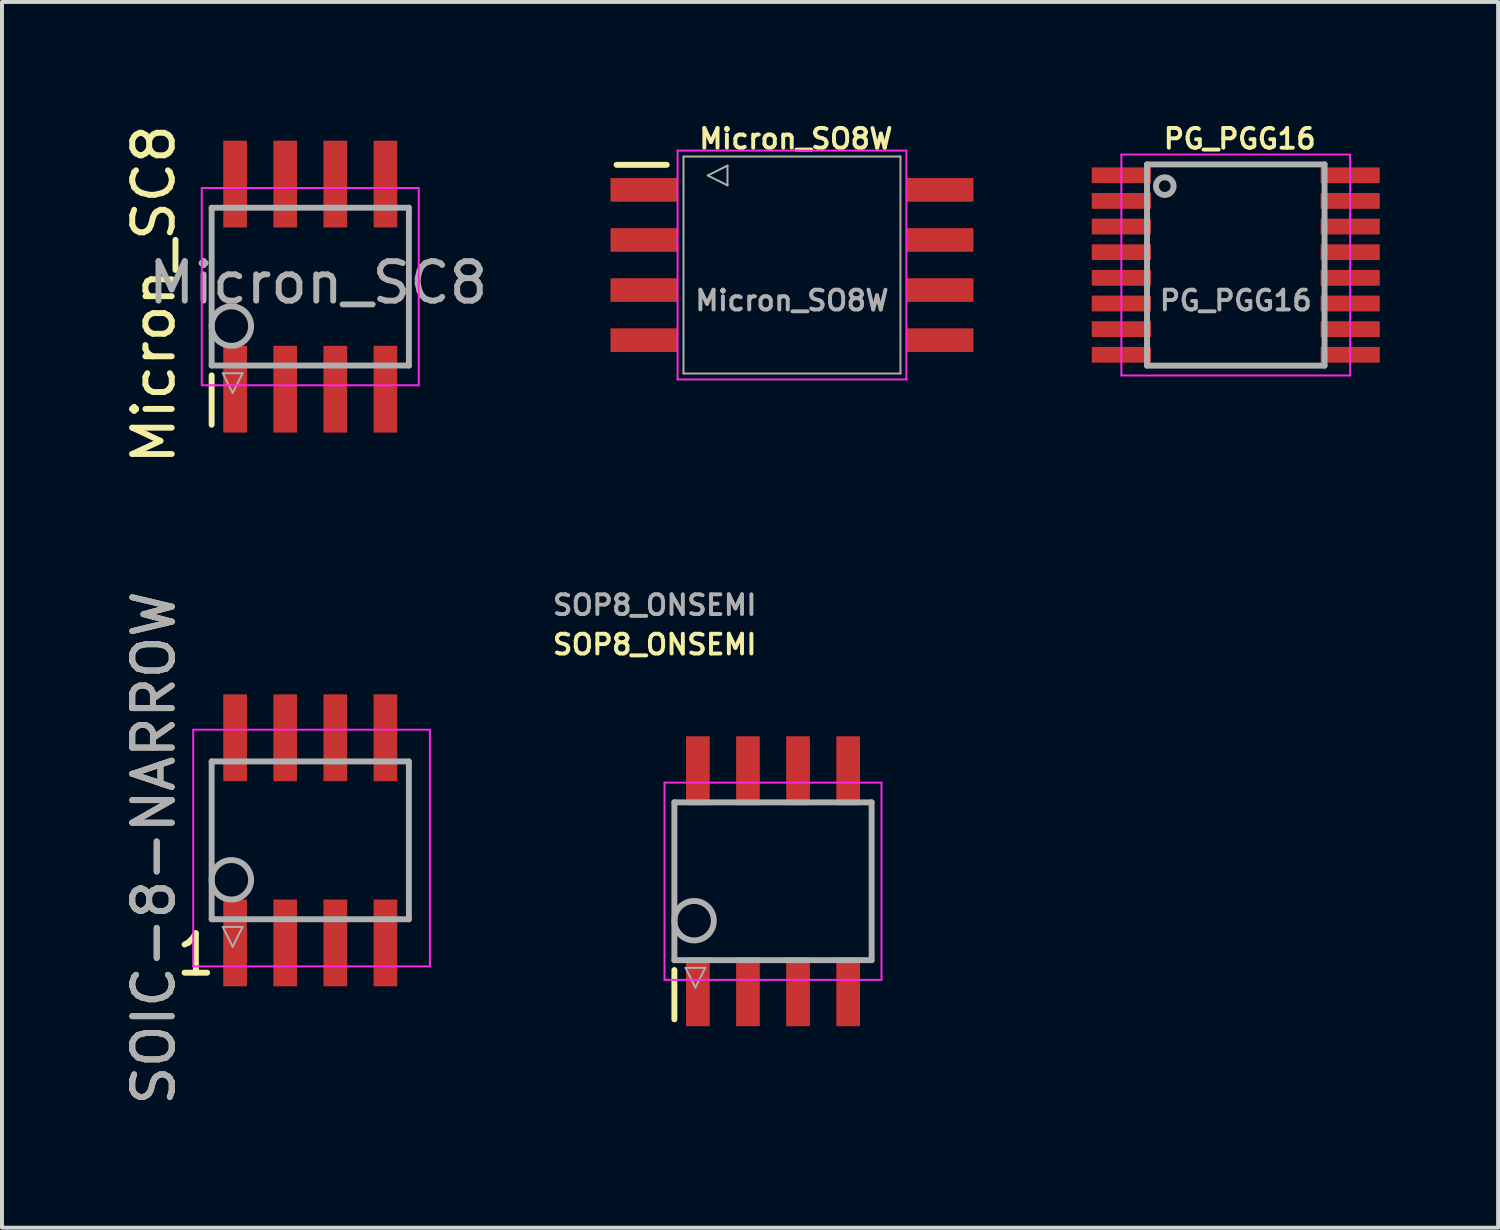
<source format=kicad_pcb>
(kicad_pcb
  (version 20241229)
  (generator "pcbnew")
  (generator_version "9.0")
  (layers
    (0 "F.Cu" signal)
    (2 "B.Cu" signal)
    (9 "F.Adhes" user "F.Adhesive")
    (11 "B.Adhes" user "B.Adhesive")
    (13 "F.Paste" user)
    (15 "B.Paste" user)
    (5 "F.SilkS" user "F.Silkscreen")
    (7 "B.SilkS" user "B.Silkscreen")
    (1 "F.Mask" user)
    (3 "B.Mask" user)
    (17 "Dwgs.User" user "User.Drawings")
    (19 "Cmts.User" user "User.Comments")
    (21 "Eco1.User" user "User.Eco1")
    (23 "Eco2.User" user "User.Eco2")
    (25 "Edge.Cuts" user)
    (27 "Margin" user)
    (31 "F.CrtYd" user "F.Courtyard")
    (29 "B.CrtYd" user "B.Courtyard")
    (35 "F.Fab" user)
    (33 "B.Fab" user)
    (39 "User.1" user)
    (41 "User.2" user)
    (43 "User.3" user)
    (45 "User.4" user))
  (footprint "PG_PGG16"
    (layer "F.Cu")
    (at 28.276 3.668)
    (property "Reference" "PG_PGG16" (at 0.1 -3.2 0) (layer "F.SilkS") (effects (font (size 0.5 0.5) (thickness 0.1))))
    (attr smd)
    (fp_line (start -2.9 -2.8) (end -2.9 2.8) (stroke (width 0.05) (type solid)) (layer "F.CrtYd"))
    (fp_line (start -2.9 -2.8) (end 2.9 -2.8) (stroke (width 0.05) (type solid)) (layer "F.CrtYd"))
    (fp_line (start -2.9 2.8) (end 2.9 2.8) (stroke (width 0.05) (type solid)) (layer "F.CrtYd"))
    (fp_line (start 2.9 -2.8) (end 2.9 2.8) (stroke (width 0.05) (type solid)) (layer "F.CrtYd"))
    (fp_line (start -2.25 -2.55) (end -2.25 2.55) (stroke (width 0.15) (type solid)) (layer "F.Fab"))
    (fp_line (start -2.25 2.55) (end 2.25 2.55) (stroke (width 0.15) (type solid)) (layer "F.Fab"))
    (fp_line (start 2.25 -2.55) (end -2.25 -2.55) (stroke (width 0.15) (type solid)) (layer "F.Fab"))
    (fp_line (start 2.25 2.55) (end 2.25 -2.55) (stroke (width 0.15) (type solid)) (layer "F.Fab"))
    (fp_circle (center -1.8 -2) (end -1.6 -1.9) (stroke (width 0.15) (type solid)) (fill no) (layer "F.Fab"))
    (fp_text user "${REFERENCE}" (at 0 0.9 0) (layer "F.Fab") (effects (font (size 0.5 0.5) (thickness 0.1))))
    (pad "1" smd rect (at -2.9 -2.275) (size 1.5 0.4) (layers "F.Cu" "F.Mask" "F.Paste"))
    (pad "2" smd rect (at -2.9 -1.625) (size 1.5 0.4) (layers "F.Cu" "F.Mask" "F.Paste"))
    (pad "3" smd rect (at -2.9 -0.975) (size 1.5 0.4) (layers "F.Cu" "F.Mask" "F.Paste"))
    (pad "4" smd rect (at -2.9 -0.325) (size 1.5 0.4) (layers "F.Cu" "F.Mask" "F.Paste"))
    (pad "5" smd rect (at -2.9 0.325) (size 1.5 0.4) (layers "F.Cu" "F.Mask" "F.Paste"))
    (pad "6" smd rect (at -2.9 0.975) (size 1.5 0.4) (layers "F.Cu" "F.Mask" "F.Paste"))
    (pad "7" smd rect (at -2.9 1.625) (size 1.5 0.4) (layers "F.Cu" "F.Mask" "F.Paste"))
    (pad "8" smd rect (at -2.9 2.275) (size 1.5 0.4) (layers "F.Cu" "F.Mask" "F.Paste"))
    (pad "9" smd rect (at 2.9 2.275) (size 1.5 0.4) (layers "F.Cu" "F.Mask" "F.Paste"))
    (pad "10" smd rect (at 2.9 1.625) (size 1.5 0.4) (layers "F.Cu" "F.Mask" "F.Paste"))
    (pad "11" smd rect (at 2.9 0.975) (size 1.5 0.4) (layers "F.Cu" "F.Mask" "F.Paste"))
    (pad "12" smd rect (at 2.9 0.325) (size 1.5 0.4) (layers "F.Cu" "F.Mask" "F.Paste"))
    (pad "13" smd rect (at 2.9 -0.325) (size 1.5 0.4) (layers "F.Cu" "F.Mask" "F.Paste"))
    (pad "14" smd rect (at 2.9 -0.975) (size 1.5 0.4) (layers "F.Cu" "F.Mask" "F.Paste"))
    (pad "15" smd rect (at 2.9 -1.625) (size 1.5 0.4) (layers "F.Cu" "F.Mask" "F.Paste"))
    (pad "16" smd rect (at 2.9 -2.275) (size 1.5 0.4) (layers "F.Cu" "F.Mask" "F.Paste")))
  (footprint "SOIC−8-NARROW"
    (layer "F.Cu")
    (at 4.815 18.252)
    (property "Reference" "SOIC−8-NARROW" (at -3.967 0.195 90) (layer "F.SilkS") (effects (font (size 1 1) (thickness 0.15))))
    (attr smd)
    (fp_line (start -2.967 -2.805) (end 3.033 -2.805) (stroke (width 0.05) (type solid)) (layer "F.CrtYd"))
    (fp_line (start -2.967 3.195) (end -2.967 -2.805) (stroke (width 0.05) (type solid)) (layer "F.CrtYd"))
    (fp_line (start -2.967 3.195) (end 3.033 3.195) (stroke (width 0.05) (type solid)) (layer "F.CrtYd"))
    (fp_line (start 3.033 3.195) (end 3.033 -2.805) (stroke (width 0.05) (type solid)) (layer "F.CrtYd"))
    (fp_line (start -2.5 -2) (end -2.5 2) (stroke (width 0.15) (type solid)) (layer "F.Fab"))
    (fp_line (start -2.5 2) (end 2.5 2) (stroke (width 0.15) (type solid)) (layer "F.Fab"))
    (fp_line (start -2.217 2.195) (end -1.717 2.195) (stroke (width 0.05) (type solid)) (layer "F.Fab"))
    (fp_line (start -1.967 2.695) (end -2.217 2.195) (stroke (width 0.05) (type solid)) (layer "F.Fab"))
    (fp_line (start -1.717 2.195) (end -1.967 2.695) (stroke (width 0.05) (type solid)) (layer "F.Fab"))
    (fp_line (start 2.5 -2) (end -2.5 -2) (stroke (width 0.15) (type solid)) (layer "F.Fab"))
    (fp_line (start 2.5 2) (end 2.5 -2) (stroke (width 0.15) (type solid)) (layer "F.Fab"))
    (fp_circle (center -2 1) (end -1.5 1) (stroke (width 0.15) (type solid)) (fill no) (layer "F.Fab"))
    (fp_text user "1" (at -2.9 2.9 0) (layer "F.SilkS") (effects (font (size 1 1) (thickness 0.15))))
    (fp_text user "${REFERENCE}" (at -3.967 0.195 90) (layer "F.Fab") (effects (font (size 1 1) (thickness 0.15))))
    (pad "1" smd rect (at -1.905 2.6) (size 0.6 2.2) (layers "F.Cu" "F.Mask" "F.Paste"))
    (pad "2" smd rect (at -0.635 2.6) (size 0.6 2.2) (layers "F.Cu" "F.Mask" "F.Paste"))
    (pad "3" smd rect (at 0.635 2.6) (size 0.6 2.2) (layers "F.Cu" "F.Mask" "F.Paste"))
    (pad "4" smd rect (at 1.905 2.6) (size 0.6 2.2) (layers "F.Cu" "F.Mask" "F.Paste"))
    (pad "5" smd rect (at 1.905 -2.6) (size 0.6 2.2) (layers "F.Cu" "F.Mask" "F.Paste"))
    (pad "6" smd rect (at 0.635 -2.6) (size 0.6 2.2) (layers "F.Cu" "F.Mask" "F.Paste"))
    (pad "7" smd rect (at -0.635 -2.6) (size 0.6 2.2) (layers "F.Cu" "F.Mask" "F.Paste"))
    (pad "8" smd rect (at -1.905 -2.6) (size 0.6 2.2) (layers "F.Cu" "F.Mask" "F.Paste")))
  (footprint "SOP8_ONSEMI"
    (layer "F.Cu")
    (at 16.545 19.289)
    (property "Reference" "SOP8_ONSEMI" (at -3 -6 180) (layer "F.SilkS") (effects (font (size 0.5 0.5) (thickness 0.1))))
    (attr smd)
    (fp_line (start -2.5 2.25) (end -2.5 3.5) (stroke (width 0.15) (type solid)) (layer "F.SilkS"))
    (fp_line (start -2.75 -2.5) (end 2.75 -2.5) (stroke (width 0.05) (type solid)) (layer "F.CrtYd"))
    (fp_line (start -2.75 2.5) (end -2.75 -2.5) (stroke (width 0.05) (type solid)) (layer "F.CrtYd"))
    (fp_line (start -2.75 2.5) (end 2.75 2.5) (stroke (width 0.05) (type solid)) (layer "F.CrtYd"))
    (fp_line (start 2.75 2.5) (end 2.75 -2.5) (stroke (width 0.05) (type solid)) (layer "F.CrtYd"))
    (fp_line (start -2.5 -2) (end -2.5 2) (stroke (width 0.15) (type solid)) (layer "F.Fab"))
    (fp_line (start -2.5 2) (end 2.5 2) (stroke (width 0.15) (type solid)) (layer "F.Fab"))
    (fp_line (start -2.217 2.195) (end -1.717 2.195) (stroke (width 0.05) (type solid)) (layer "F.Fab"))
    (fp_line (start -1.967 2.695) (end -2.217 2.195) (stroke (width 0.05) (type solid)) (layer "F.Fab"))
    (fp_line (start -1.717 2.195) (end -1.967 2.695) (stroke (width 0.05) (type solid)) (layer "F.Fab"))
    (fp_line (start 2.5 -2) (end -2.5 -2) (stroke (width 0.15) (type solid)) (layer "F.Fab"))
    (fp_line (start 2.5 2) (end 2.5 -2) (stroke (width 0.15) (type solid)) (layer "F.Fab"))
    (fp_circle (center -2 1) (end -1.5 1) (stroke (width 0.15) (type solid)) (fill no) (layer "F.Fab"))
    (fp_text user "${REFERENCE}" (at -3 -7 180) (layer "F.Fab") (effects (font (size 0.5 0.5) (thickness 0.1))))
    (pad "1" smd rect (at -1.905 2.8) (size 0.6 1.75) (layers "F.Cu" "F.Mask" "F.Paste"))
    (pad "2" smd rect (at -0.635 2.8) (size 0.6 1.75) (layers "F.Cu" "F.Mask" "F.Paste"))
    (pad "3" smd rect (at 0.635 2.8) (size 0.6 1.75) (layers "F.Cu" "F.Mask" "F.Paste"))
    (pad "4" smd rect (at 1.905 2.8) (size 0.6 1.75) (layers "F.Cu" "F.Mask" "F.Paste"))
    (pad "5" smd rect (at 1.905 -2.8) (size 0.6 1.75) (layers "F.Cu" "F.Mask" "F.Paste"))
    (pad "6" smd rect (at 0.635 -2.8) (size 0.6 1.75) (layers "F.Cu" "F.Mask" "F.Paste"))
    (pad "7" smd rect (at -0.635 -2.8) (size 0.6 1.75) (layers "F.Cu" "F.Mask" "F.Paste"))
    (pad "8" smd rect (at -1.905 -2.8) (size 0.6 1.75) (layers "F.Cu" "F.Mask" "F.Paste")))
  (footprint "Micron_SO8W"
    (layer "F.Cu")
    (at 17.026 3.668)
    (property "Reference" "Micron_SO8W" (at 0.1 -3.2 0) (layer "F.SilkS") (effects (font (size 0.5 0.5) (thickness 0.1))))
    (attr smd)
    (fp_line (start -3.175 -2.54) (end -4.445 -2.54) (stroke (width 0.15) (type solid)) (layer "F.SilkS"))
    (fp_line (start -2.9 -2.9) (end -2.9 2.9) (stroke (width 0.05) (type solid)) (layer "F.CrtYd"))
    (fp_line (start -2.9 -2.9) (end 2.9 -2.9) (stroke (width 0.05) (type solid)) (layer "F.CrtYd"))
    (fp_line (start -2.9 2.9) (end 2.9 2.9) (stroke (width 0.05) (type solid)) (layer "F.CrtYd"))
    (fp_line (start 2.9 -2.9) (end 2.9 2.9) (stroke (width 0.05) (type solid)) (layer "F.CrtYd"))
    (fp_line (start -2.75 -2.75) (end -2.75 2.75) (stroke (width 0.05) (type solid)) (layer "F.Fab"))
    (fp_line (start -2.75 2.75) (end 2.75 2.75) (stroke (width 0.05) (type solid)) (layer "F.Fab"))
    (fp_line (start -2.135 -2.27) (end -1.635 -2.52) (stroke (width 0.05) (type solid)) (layer "F.Fab"))
    (fp_line (start -1.635 -2.52) (end -1.635 -2.02) (stroke (width 0.05) (type solid)) (layer "F.Fab"))
    (fp_line (start -1.635 -2.02) (end -2.135 -2.27) (stroke (width 0.05) (type solid)) (layer "F.Fab"))
    (fp_line (start 2.75 -2.75) (end -2.75 -2.75) (stroke (width 0.05) (type solid)) (layer "F.Fab"))
    (fp_line (start 2.75 2.75) (end 2.75 -2.75) (stroke (width 0.05) (type solid)) (layer "F.Fab"))
    (fp_text user "${REFERENCE}" (at 0 0.9 0) (layer "F.Fab") (effects (font (size 0.5 0.5) (thickness 0.1))))
    (pad "1" smd rect (at -3.75 -1.905) (size 1.7 0.6) (layers "F.Cu" "F.Mask" "F.Paste"))
    (pad "2" smd rect (at -3.75 -0.635) (size 1.7 0.6) (layers "F.Cu" "F.Mask" "F.Paste"))
    (pad "3" smd rect (at -3.75 0.635) (size 1.7 0.6) (layers "F.Cu" "F.Mask" "F.Paste"))
    (pad "4" smd rect (at -3.75 1.905) (size 1.7 0.6) (layers "F.Cu" "F.Mask" "F.Paste"))
    (pad "5" smd rect (at 3.75 1.905) (size 1.7 0.6) (layers "F.Cu" "F.Mask" "F.Paste"))
    (pad "6" smd rect (at 3.75 0.635) (size 1.7 0.6) (layers "F.Cu" "F.Mask" "F.Paste"))
    (pad "7" smd rect (at 3.75 -0.635) (size 1.7 0.6) (layers "F.Cu" "F.Mask" "F.Paste"))
    (pad "8" smd rect (at 3.75 -1.905) (size 1.7 0.6) (layers "F.Cu" "F.Mask" "F.Paste")))
  (footprint "Micron_SC8"
    (layer "F.Cu")
    (at 4.815 4.216)
    (property "Reference" "Micron_SC8" (at -3.967 0.195 90) (layer "F.SilkS") (effects (font (size 1 1) (thickness 0.15))))
    (attr smd)
    (fp_line (start -2.5 2.25) (end -2.5 3.5) (stroke (width 0.15) (type solid)) (layer "F.SilkS"))
    (fp_line (start -2.75 -2.5) (end 2.75 -2.5) (stroke (width 0.05) (type solid)) (layer "F.CrtYd"))
    (fp_line (start -2.75 2.5) (end -2.75 -2.5) (stroke (width 0.05) (type solid)) (layer "F.CrtYd"))
    (fp_line (start -2.75 2.5) (end 2.75 2.5) (stroke (width 0.05) (type solid)) (layer "F.CrtYd"))
    (fp_line (start 2.75 2.5) (end 2.75 -2.5) (stroke (width 0.05) (type solid)) (layer "F.CrtYd"))
    (fp_line (start -2.5 -2) (end -2.5 2) (stroke (width 0.15) (type solid)) (layer "F.Fab"))
    (fp_line (start -2.5 2) (end 2.5 2) (stroke (width 0.15) (type solid)) (layer "F.Fab"))
    (fp_line (start -2.217 2.195) (end -1.717 2.195) (stroke (width 0.05) (type solid)) (layer "F.Fab"))
    (fp_line (start -1.967 2.695) (end -2.217 2.195) (stroke (width 0.05) (type solid)) (layer "F.Fab"))
    (fp_line (start -1.717 2.195) (end -1.967 2.695) (stroke (width 0.05) (type solid)) (layer "F.Fab"))
    (fp_line (start 2.5 -2) (end -2.5 -2) (stroke (width 0.15) (type solid)) (layer "F.Fab"))
    (fp_line (start 2.5 2) (end 2.5 -2) (stroke (width 0.15) (type solid)) (layer "F.Fab"))
    (fp_circle (center -2 1) (end -1.5 1) (stroke (width 0.15) (type solid)) (fill no) (layer "F.Fab"))
    (fp_text user "${REFERENCE}" (at 0.2 -0.1 180) (layer "F.Fab") (effects (font (size 1 1) (thickness 0.15))))
    (pad "1" smd rect (at -1.905 2.6) (size 0.6 2.2) (layers "F.Cu" "F.Mask" "F.Paste"))
    (pad "2" smd rect (at -0.635 2.6) (size 0.6 2.2) (layers "F.Cu" "F.Mask" "F.Paste"))
    (pad "3" smd rect (at 0.635 2.6) (size 0.6 2.2) (layers "F.Cu" "F.Mask" "F.Paste"))
    (pad "4" smd rect (at 1.905 2.6) (size 0.6 2.2) (layers "F.Cu" "F.Mask" "F.Paste"))
    (pad "5" smd rect (at 1.905 -2.6) (size 0.6 2.2) (layers "F.Cu" "F.Mask" "F.Paste"))
    (pad "6" smd rect (at 0.635 -2.6) (size 0.6 2.2) (layers "F.Cu" "F.Mask" "F.Paste"))
    (pad "7" smd rect (at -0.635 -2.6) (size 0.6 2.2) (layers "F.Cu" "F.Mask" "F.Paste"))
    (pad "8" smd rect (at -1.905 -2.6) (size 0.6 2.2) (layers "F.Cu" "F.Mask" "F.Paste")))
  (gr_rect
    (start -3 -3)
    (end 34.926 28.071)
    (stroke (width 0.1) (type default))
    (fill no)
    (layer "Edge.Cuts")))
</source>
